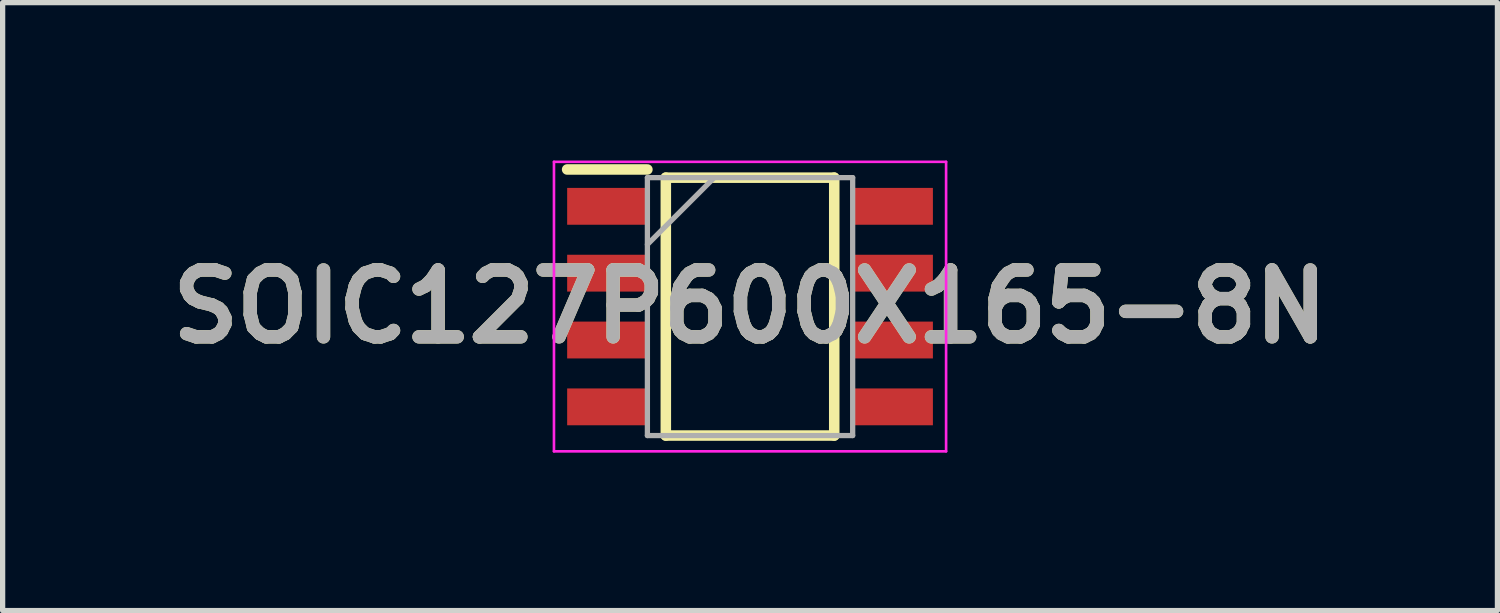
<source format=kicad_pcb>
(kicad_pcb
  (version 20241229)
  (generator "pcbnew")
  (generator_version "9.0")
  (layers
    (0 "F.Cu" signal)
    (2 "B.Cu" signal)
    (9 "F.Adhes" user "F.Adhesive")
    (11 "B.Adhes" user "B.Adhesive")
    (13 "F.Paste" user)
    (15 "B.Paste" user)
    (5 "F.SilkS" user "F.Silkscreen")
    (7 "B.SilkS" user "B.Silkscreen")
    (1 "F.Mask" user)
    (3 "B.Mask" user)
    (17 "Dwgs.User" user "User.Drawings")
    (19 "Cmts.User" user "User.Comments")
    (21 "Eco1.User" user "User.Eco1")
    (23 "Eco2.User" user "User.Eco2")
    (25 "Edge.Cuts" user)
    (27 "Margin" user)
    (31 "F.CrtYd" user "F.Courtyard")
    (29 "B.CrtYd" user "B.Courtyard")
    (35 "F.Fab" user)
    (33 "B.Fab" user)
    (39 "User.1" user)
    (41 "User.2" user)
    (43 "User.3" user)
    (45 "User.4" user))
  (footprint "SOIC127P600X165-8N"
    (layer "F.Cu")
    (at 11.2 2.775)
    (property "Reference" "SOIC127P600X165-8N" (at 0 0 0) (layer "F.SilkS") (effects (font (size 1.27 1.27) (thickness 0.254))))
    (attr smd)
    (fp_line (start -3.475 -2.605) (end -1.95 -2.605) (stroke (width 0.2) (type solid)) (layer "F.SilkS"))
    (fp_line (start -1.6 -2.45) (end 1.6 -2.45) (stroke (width 0.2) (type solid)) (layer "F.SilkS"))
    (fp_line (start -1.6 2.45) (end -1.6 -2.45) (stroke (width 0.2) (type solid)) (layer "F.SilkS"))
    (fp_line (start 1.6 -2.45) (end 1.6 2.45) (stroke (width 0.2) (type solid)) (layer "F.SilkS"))
    (fp_line (start 1.6 2.45) (end -1.6 2.45) (stroke (width 0.2) (type solid)) (layer "F.SilkS"))
    (fp_line (start -3.725 -2.75) (end 3.725 -2.75) (stroke (width 0.05) (type solid)) (layer "F.CrtYd"))
    (fp_line (start -3.725 2.75) (end -3.725 -2.75) (stroke (width 0.05) (type solid)) (layer "F.CrtYd"))
    (fp_line (start 3.725 -2.75) (end 3.725 2.75) (stroke (width 0.05) (type solid)) (layer "F.CrtYd"))
    (fp_line (start 3.725 2.75) (end -3.725 2.75) (stroke (width 0.05) (type solid)) (layer "F.CrtYd"))
    (fp_line (start -1.95 -2.45) (end 1.95 -2.45) (stroke (width 0.1) (type solid)) (layer "F.Fab"))
    (fp_line (start -1.95 -1.18) (end -0.68 -2.45) (stroke (width 0.1) (type solid)) (layer "F.Fab"))
    (fp_line (start -1.95 2.45) (end -1.95 -2.45) (stroke (width 0.1) (type solid)) (layer "F.Fab"))
    (fp_line (start 1.95 -2.45) (end 1.95 2.45) (stroke (width 0.1) (type solid)) (layer "F.Fab"))
    (fp_line (start 1.95 2.45) (end -1.95 2.45) (stroke (width 0.1) (type solid)) (layer "F.Fab"))
    (fp_text user "${REFERENCE}" (at 0 0 0) (layer "F.Fab") (effects (font (size 1.27 1.27) (thickness 0.254))))
    (pad "1" smd rect (at -2.712 -1.905 90) (size 0.7 1.525) (layers "F.Cu" "F.Mask" "F.Paste"))
    (pad "2" smd rect (at -2.712 -0.635 90) (size 0.7 1.525) (layers "F.Cu" "F.Mask" "F.Paste"))
    (pad "3" smd rect (at -2.712 0.635 90) (size 0.7 1.525) (layers "F.Cu" "F.Mask" "F.Paste"))
    (pad "4" smd rect (at -2.712 1.905 90) (size 0.7 1.525) (layers "F.Cu" "F.Mask" "F.Paste"))
    (pad "5" smd rect (at 2.712 1.905 90) (size 0.7 1.525) (layers "F.Cu" "F.Mask" "F.Paste"))
    (pad "6" smd rect (at 2.712 0.635 90) (size 0.7 1.525) (layers "F.Cu" "F.Mask" "F.Paste"))
    (pad "7" smd rect (at 2.712 -0.635 90) (size 0.7 1.525) (layers "F.Cu" "F.Mask" "F.Paste"))
    (pad "8" smd rect (at 2.712 -1.905 90) (size 0.7 1.525) (layers "F.Cu" "F.Mask" "F.Paste")))
  (gr_rect
    (start -3 -3)
    (end 25.4 8.55)
    (stroke (width 0.1) (type default))
    (fill no)
    (layer "Edge.Cuts")))
</source>
